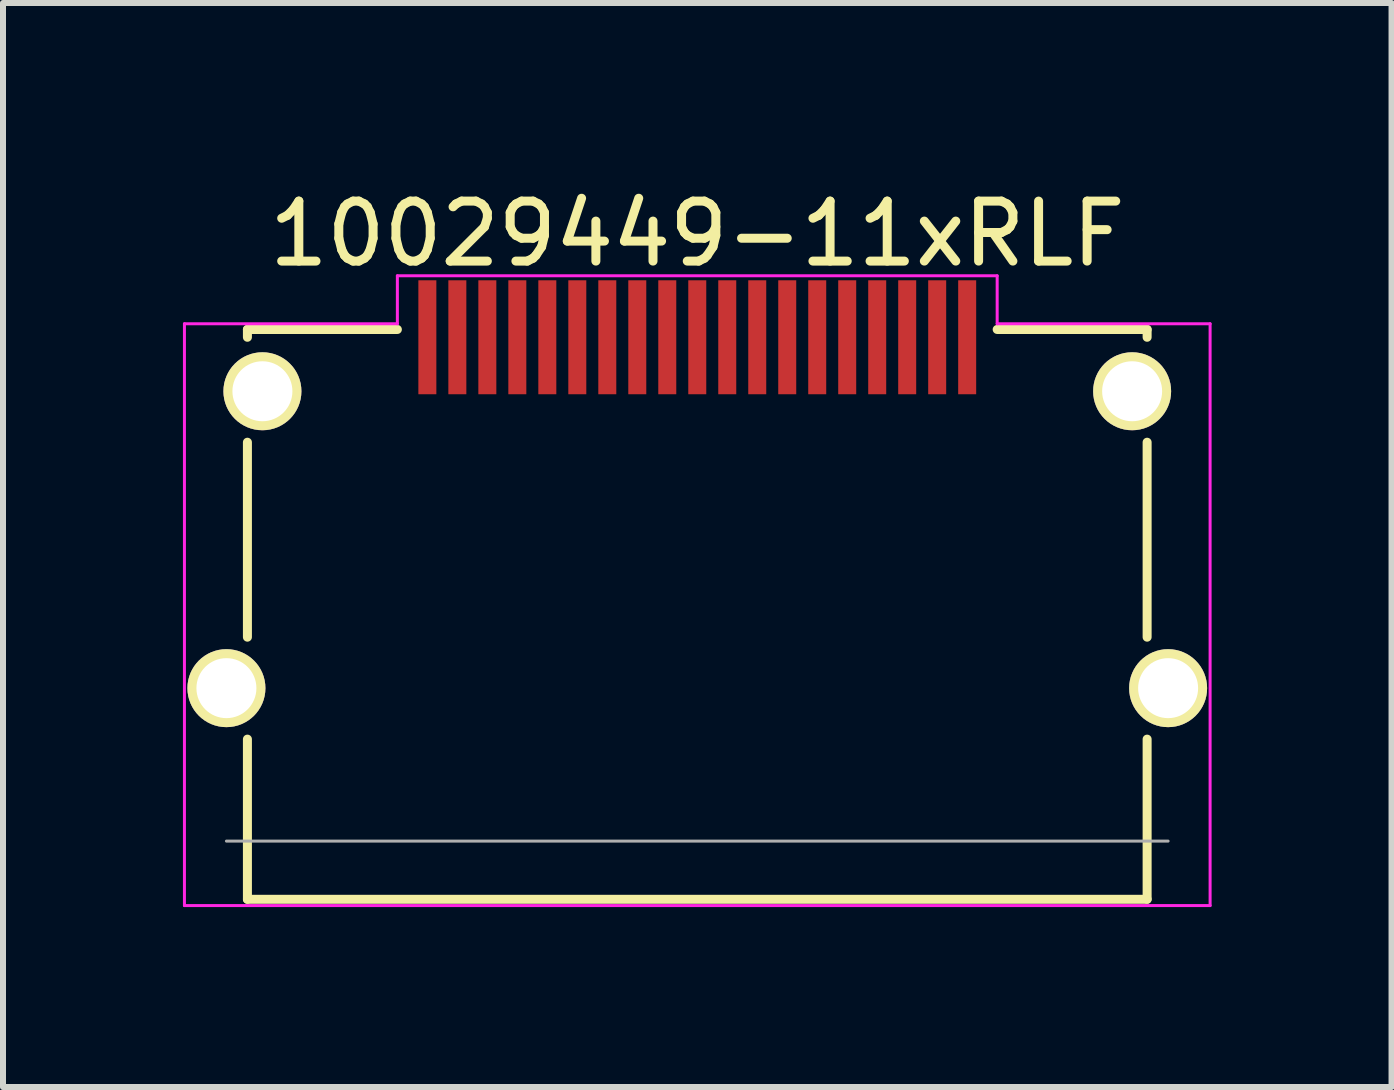
<source format=kicad_pcb>
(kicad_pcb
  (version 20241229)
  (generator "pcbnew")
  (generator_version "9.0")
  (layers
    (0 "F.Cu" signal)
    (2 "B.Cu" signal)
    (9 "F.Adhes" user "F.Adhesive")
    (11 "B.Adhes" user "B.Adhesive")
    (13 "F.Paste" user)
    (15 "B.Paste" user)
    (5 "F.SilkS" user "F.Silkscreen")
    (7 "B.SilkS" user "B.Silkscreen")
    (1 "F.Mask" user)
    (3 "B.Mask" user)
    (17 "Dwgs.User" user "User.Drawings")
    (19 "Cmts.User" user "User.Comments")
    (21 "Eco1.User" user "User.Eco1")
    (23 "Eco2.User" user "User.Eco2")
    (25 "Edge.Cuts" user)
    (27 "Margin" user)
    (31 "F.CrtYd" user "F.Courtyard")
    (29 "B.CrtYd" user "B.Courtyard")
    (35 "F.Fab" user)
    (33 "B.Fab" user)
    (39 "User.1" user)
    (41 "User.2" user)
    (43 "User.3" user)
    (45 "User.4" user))
  (footprint "10029449-11xRLF"
    (layer "F.Cu")
    (at 8.575 5.498)
    (property "Reference" "10029449-11xRLF" (at 0 -4.65 0) (layer "F.SilkS") (effects (font (size 1 1) (thickness 0.15))))
    (attr smd)
    (fp_line (start -7.5 -3.055) (end -7.5 -2.925) (stroke (width 0.15) (type solid)) (layer "F.SilkS"))
    (fp_line (start -7.5 -3.055) (end -5 -3.055) (stroke (width 0.15) (type solid)) (layer "F.SilkS"))
    (fp_line (start -7.5 -1.175) (end -7.5 2.075) (stroke (width 0.15) (type solid)) (layer "F.SilkS"))
    (fp_line (start -7.5 3.775) (end -7.5 6.445) (stroke (width 0.15) (type solid)) (layer "F.SilkS"))
    (fp_line (start 7.5 -3.055) (end 5 -3.055) (stroke (width 0.15) (type solid)) (layer "F.SilkS"))
    (fp_line (start 7.5 -3.055) (end 7.5 -2.925) (stroke (width 0.15) (type solid)) (layer "F.SilkS"))
    (fp_line (start 7.5 -1.175) (end 7.5 2.075) (stroke (width 0.15) (type solid)) (layer "F.SilkS"))
    (fp_line (start 7.5 3.775) (end 7.5 6.445) (stroke (width 0.15) (type solid)) (layer "F.SilkS"))
    (fp_line (start 7.5 6.445) (end -7.5 6.445) (stroke (width 0.15) (type solid)) (layer "F.SilkS"))
    (fp_line (start -8.55 -3.15) (end -8.55 6.55) (stroke (width 0.05) (type solid)) (layer "F.CrtYd"))
    (fp_line (start -8.55 -3.15) (end -5 -3.15) (stroke (width 0.05) (type solid)) (layer "F.CrtYd"))
    (fp_line (start -8.55 6.55) (end 8.55 6.55) (stroke (width 0.05) (type solid)) (layer "F.CrtYd"))
    (fp_line (start -5 -3.95) (end -5 -3.15) (stroke (width 0.05) (type solid)) (layer "F.CrtYd"))
    (fp_line (start -5 -3.95) (end 5 -3.95) (stroke (width 0.05) (type solid)) (layer "F.CrtYd"))
    (fp_line (start 5 -3.95) (end 5 -3.15) (stroke (width 0.05) (type solid)) (layer "F.CrtYd"))
    (fp_line (start 8.55 -3.15) (end 5 -3.15) (stroke (width 0.05) (type solid)) (layer "F.CrtYd"))
    (fp_line (start 8.55 -3.15) (end 8.55 6.55) (stroke (width 0.05) (type solid)) (layer "F.CrtYd"))
    (fp_line (start -7.85 5.475) (end 7.85 5.475) (stroke (width 0.05) (type solid)) (layer "F.Fab"))
    (pad "1" smd rect (at 4.5 -2.925) (size 0.3 1.9) (layers "F.Cu" "F.Mask" "F.Paste"))
    (pad "2" smd rect (at 4 -2.925) (size 0.3 1.9) (layers "F.Cu" "F.Mask" "F.Paste"))
    (pad "3" smd rect (at 3.5 -2.925) (size 0.3 1.9) (layers "F.Cu" "F.Mask" "F.Paste"))
    (pad "4" smd rect (at 3 -2.925) (size 0.3 1.9) (layers "F.Cu" "F.Mask" "F.Paste"))
    (pad "5" smd rect (at 2.5 -2.925) (size 0.3 1.9) (layers "F.Cu" "F.Mask" "F.Paste"))
    (pad "6" smd rect (at 2 -2.925) (size 0.3 1.9) (layers "F.Cu" "F.Mask" "F.Paste"))
    (pad "7" smd rect (at 1.5 -2.925) (size 0.3 1.9) (layers "F.Cu" "F.Mask" "F.Paste"))
    (pad "8" smd rect (at 1 -2.925) (size 0.3 1.9) (layers "F.Cu" "F.Mask" "F.Paste"))
    (pad "9" smd rect (at 0.5 -2.925) (size 0.3 1.9) (layers "F.Cu" "F.Mask" "F.Paste"))
    (pad "10" smd rect (at 0 -2.925) (size 0.3 1.9) (layers "F.Cu" "F.Mask" "F.Paste"))
    (pad "11" smd rect (at -0.5 -2.925) (size 0.3 1.9) (layers "F.Cu" "F.Mask" "F.Paste"))
    (pad "12" smd rect (at -1 -2.925) (size 0.3 1.9) (layers "F.Cu" "F.Mask" "F.Paste"))
    (pad "13" smd rect (at -1.5 -2.925) (size 0.3 1.9) (layers "F.Cu" "F.Mask" "F.Paste"))
    (pad "14" smd rect (at -2 -2.925) (size 0.3 1.9) (layers "F.Cu" "F.Mask" "F.Paste"))
    (pad "15" smd rect (at -2.5 -2.925) (size 0.3 1.9) (layers "F.Cu" "F.Mask" "F.Paste"))
    (pad "16" smd rect (at -3 -2.925) (size 0.3 1.9) (layers "F.Cu" "F.Mask" "F.Paste"))
    (pad "17" smd rect (at -3.5 -2.925) (size 0.3 1.9) (layers "F.Cu" "F.Mask" "F.Paste"))
    (pad "18" smd rect (at -4 -2.925) (size 0.3 1.9) (layers "F.Cu" "F.Mask" "F.Paste"))
    (pad "19" smd rect (at -4.5 -2.925) (size 0.3 1.9) (layers "F.Cu" "F.Mask" "F.Paste"))
    (pad "F1" thru_hole circle (at -7.25 -2.025) (size 1.3 1.3) (drill 1) (layers "*.Cu" "*.Mask" "F.SilkS"))
    (pad "F2" thru_hole circle (at 7.25 -2.025) (size 1.3 1.3) (drill 1) (layers "*.Cu" "*.Mask" "F.SilkS"))
    (pad "F3" thru_hole circle (at -7.85 2.925) (size 1.3 1.3) (drill 1) (layers "*.Cu" "*.Mask" "F.SilkS"))
    (pad "F4" thru_hole circle (at 7.85 2.925) (size 1.3 1.3) (drill 1) (layers "*.Cu" "*.Mask" "F.SilkS")))
  (gr_rect
    (start -3 -3)
    (end 20.15 15.073)
    (stroke (width 0.1) (type default))
    (fill no)
    (layer "Edge.Cuts")))
</source>
